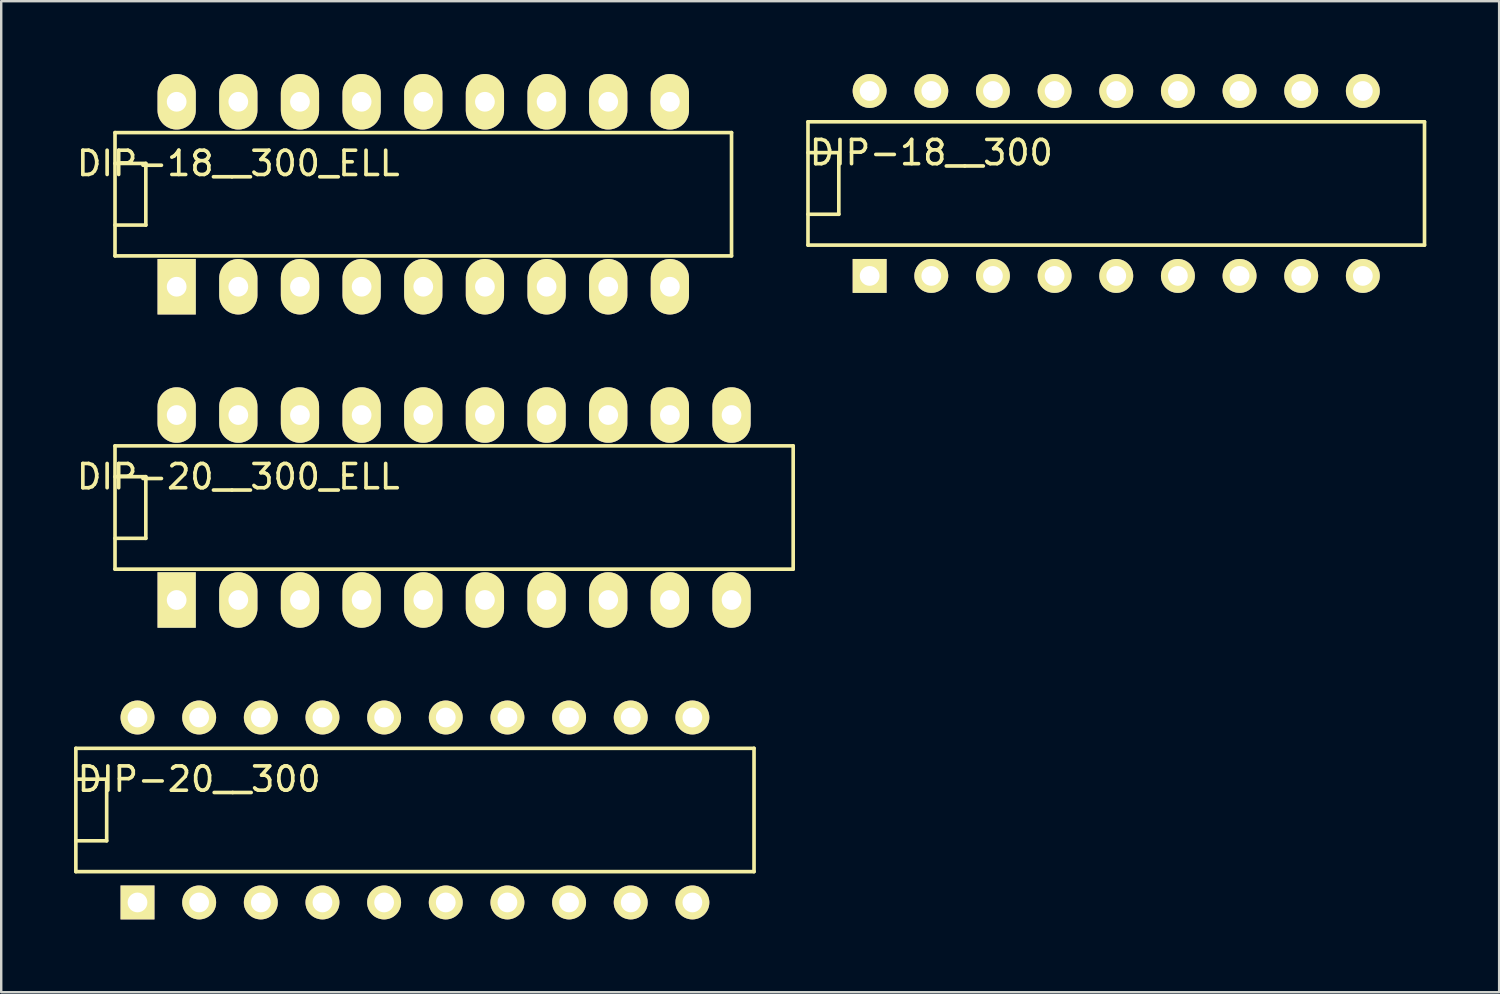
<source format=kicad_pcb>
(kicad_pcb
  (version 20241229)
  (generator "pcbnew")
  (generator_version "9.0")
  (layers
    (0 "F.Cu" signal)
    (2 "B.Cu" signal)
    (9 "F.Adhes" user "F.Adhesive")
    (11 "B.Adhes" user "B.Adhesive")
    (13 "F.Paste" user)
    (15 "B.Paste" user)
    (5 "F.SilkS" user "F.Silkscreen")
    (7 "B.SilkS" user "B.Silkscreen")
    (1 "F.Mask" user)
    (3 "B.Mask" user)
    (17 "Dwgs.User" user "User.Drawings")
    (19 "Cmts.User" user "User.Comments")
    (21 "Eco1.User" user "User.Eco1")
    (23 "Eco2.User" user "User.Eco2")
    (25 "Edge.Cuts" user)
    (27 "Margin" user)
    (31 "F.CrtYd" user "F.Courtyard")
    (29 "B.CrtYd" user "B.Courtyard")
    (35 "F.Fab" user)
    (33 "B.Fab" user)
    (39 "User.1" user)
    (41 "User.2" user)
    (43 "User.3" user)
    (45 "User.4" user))
  (footprint "DIP-20__300"
    (layer "F.Cu")
    (at 14.045 30.32)
    (property "Reference" "DIP-20__300" (at -8.89 -1.27 0) (layer "F.SilkS") (effects (font (size 1 1) (thickness 0.15))))
    (attr through_hole)
    (fp_line (start -13.97 -2.54) (end 13.97 -2.54) (stroke (width 0.15) (type solid)) (layer "F.SilkS"))
    (fp_line (start -13.97 -1.27) (end -12.7 -1.27) (stroke (width 0.15) (type solid)) (layer "F.SilkS"))
    (fp_line (start -13.97 2.54) (end -13.97 -2.54) (stroke (width 0.15) (type solid)) (layer "F.SilkS"))
    (fp_line (start -12.7 -1.27) (end -12.7 1.27) (stroke (width 0.15) (type solid)) (layer "F.SilkS"))
    (fp_line (start -12.7 1.27) (end -13.97 1.27) (stroke (width 0.15) (type solid)) (layer "F.SilkS"))
    (fp_line (start 13.97 -2.54) (end 13.97 2.54) (stroke (width 0.15) (type solid)) (layer "F.SilkS"))
    (fp_line (start 13.97 2.54) (end -13.97 2.54) (stroke (width 0.15) (type solid)) (layer "F.SilkS"))
    (pad "1" thru_hole rect (at -11.43 3.81) (size 1.397 1.397) (drill 0.813) (layers "*.Cu" "*.Mask" "F.SilkS"))
    (pad "2" thru_hole circle (at -8.89 3.81) (size 1.397 1.397) (drill 0.813) (layers "*.Cu" "*.Mask" "F.SilkS"))
    (pad "3" thru_hole circle (at -6.35 3.81) (size 1.397 1.397) (drill 0.813) (layers "*.Cu" "*.Mask" "F.SilkS"))
    (pad "4" thru_hole circle (at -3.81 3.81) (size 1.397 1.397) (drill 0.813) (layers "*.Cu" "*.Mask" "F.SilkS"))
    (pad "5" thru_hole circle (at -1.27 3.81) (size 1.397 1.397) (drill 0.813) (layers "*.Cu" "*.Mask" "F.SilkS"))
    (pad "6" thru_hole circle (at 1.27 3.81) (size 1.397 1.397) (drill 0.813) (layers "*.Cu" "*.Mask" "F.SilkS"))
    (pad "7" thru_hole circle (at 3.81 3.81) (size 1.397 1.397) (drill 0.813) (layers "*.Cu" "*.Mask" "F.SilkS"))
    (pad "8" thru_hole circle (at 6.35 3.81) (size 1.397 1.397) (drill 0.813) (layers "*.Cu" "*.Mask" "F.SilkS"))
    (pad "9" thru_hole circle (at 8.89 3.81) (size 1.397 1.397) (drill 0.813) (layers "*.Cu" "*.Mask" "F.SilkS"))
    (pad "10" thru_hole circle (at 11.43 3.81) (size 1.397 1.397) (drill 0.813) (layers "*.Cu" "*.Mask" "F.SilkS"))
    (pad "11" thru_hole circle (at 11.43 -3.81) (size 1.397 1.397) (drill 0.813) (layers "*.Cu" "*.Mask" "F.SilkS"))
    (pad "12" thru_hole circle (at 8.89 -3.81) (size 1.397 1.397) (drill 0.813) (layers "*.Cu" "*.Mask" "F.SilkS"))
    (pad "13" thru_hole circle (at 6.35 -3.81) (size 1.397 1.397) (drill 0.813) (layers "*.Cu" "*.Mask" "F.SilkS"))
    (pad "14" thru_hole circle (at 3.81 -3.81) (size 1.397 1.397) (drill 0.813) (layers "*.Cu" "*.Mask" "F.SilkS"))
    (pad "15" thru_hole circle (at 1.27 -3.81) (size 1.397 1.397) (drill 0.813) (layers "*.Cu" "*.Mask" "F.SilkS"))
    (pad "16" thru_hole circle (at -1.27 -3.81) (size 1.397 1.397) (drill 0.813) (layers "*.Cu" "*.Mask" "F.SilkS"))
    (pad "17" thru_hole circle (at -3.81 -3.81) (size 1.397 1.397) (drill 0.813) (layers "*.Cu" "*.Mask" "F.SilkS"))
    (pad "18" thru_hole circle (at -6.35 -3.81) (size 1.397 1.397) (drill 0.813) (layers "*.Cu" "*.Mask" "F.SilkS"))
    (pad "19" thru_hole circle (at -8.89 -3.81) (size 1.397 1.397) (drill 0.813) (layers "*.Cu" "*.Mask" "F.SilkS"))
    (pad "20" thru_hole circle (at -11.43 -3.81) (size 1.397 1.397) (drill 0.813) (layers "*.Cu" "*.Mask" "F.SilkS")))
  (footprint "DIP-18__300_ELL"
    (layer "F.Cu")
    (at 14.388 4.953)
    (property "Reference" "DIP-18__300_ELL" (at -7.62 -1.27 0) (layer "F.SilkS") (effects (font (size 1 1) (thickness 0.15))))
    (attr through_hole)
    (fp_line (start -12.7 -2.54) (end 12.7 -2.54) (stroke (width 0.15) (type solid)) (layer "F.SilkS"))
    (fp_line (start -12.7 -1.27) (end -11.43 -1.27) (stroke (width 0.15) (type solid)) (layer "F.SilkS"))
    (fp_line (start -12.7 2.54) (end -12.7 -2.54) (stroke (width 0.15) (type solid)) (layer "F.SilkS"))
    (fp_line (start -11.43 -1.27) (end -11.43 1.27) (stroke (width 0.15) (type solid)) (layer "F.SilkS"))
    (fp_line (start -11.43 1.27) (end -12.7 1.27) (stroke (width 0.15) (type solid)) (layer "F.SilkS"))
    (fp_line (start 12.7 -2.54) (end 12.7 2.54) (stroke (width 0.15) (type solid)) (layer "F.SilkS"))
    (fp_line (start 12.7 2.54) (end -12.7 2.54) (stroke (width 0.15) (type solid)) (layer "F.SilkS"))
    (pad "1" thru_hole rect (at -10.16 3.81) (size 1.575 2.286) (drill 0.813) (layers "*.Cu" "*.Mask" "F.SilkS"))
    (pad "2" thru_hole oval (at -7.62 3.81) (size 1.575 2.286) (drill 0.813) (layers "*.Cu" "*.Mask" "F.SilkS"))
    (pad "3" thru_hole oval (at -5.08 3.81) (size 1.575 2.286) (drill 0.813) (layers "*.Cu" "*.Mask" "F.SilkS"))
    (pad "4" thru_hole oval (at -2.54 3.81) (size 1.575 2.286) (drill 0.813) (layers "*.Cu" "*.Mask" "F.SilkS"))
    (pad "5" thru_hole oval (at 0 3.81) (size 1.575 2.286) (drill 0.813) (layers "*.Cu" "*.Mask" "F.SilkS"))
    (pad "6" thru_hole oval (at 2.54 3.81) (size 1.575 2.286) (drill 0.813) (layers "*.Cu" "*.Mask" "F.SilkS"))
    (pad "7" thru_hole oval (at 5.08 3.81) (size 1.575 2.286) (drill 0.813) (layers "*.Cu" "*.Mask" "F.SilkS"))
    (pad "8" thru_hole oval (at 7.62 3.81) (size 1.575 2.286) (drill 0.813) (layers "*.Cu" "*.Mask" "F.SilkS"))
    (pad "9" thru_hole oval (at 10.16 3.81) (size 1.575 2.286) (drill 0.813) (layers "*.Cu" "*.Mask" "F.SilkS"))
    (pad "10" thru_hole oval (at 10.16 -3.81) (size 1.575 2.286) (drill 0.813) (layers "*.Cu" "*.Mask" "F.SilkS"))
    (pad "11" thru_hole oval (at 7.62 -3.81) (size 1.575 2.286) (drill 0.813) (layers "*.Cu" "*.Mask" "F.SilkS"))
    (pad "12" thru_hole oval (at 5.08 -3.81) (size 1.575 2.286) (drill 0.813) (layers "*.Cu" "*.Mask" "F.SilkS"))
    (pad "13" thru_hole oval (at 2.54 -3.81) (size 1.575 2.286) (drill 0.813) (layers "*.Cu" "*.Mask" "F.SilkS"))
    (pad "14" thru_hole oval (at 0 -3.81) (size 1.575 2.286) (drill 0.813) (layers "*.Cu" "*.Mask" "F.SilkS"))
    (pad "15" thru_hole oval (at -2.54 -3.81) (size 1.575 2.286) (drill 0.813) (layers "*.Cu" "*.Mask" "F.SilkS"))
    (pad "16" thru_hole oval (at -5.08 -3.81) (size 1.575 2.286) (drill 0.813) (layers "*.Cu" "*.Mask" "F.SilkS"))
    (pad "17" thru_hole oval (at -7.62 -3.81) (size 1.575 2.286) (drill 0.813) (layers "*.Cu" "*.Mask" "F.SilkS"))
    (pad "18" thru_hole oval (at -10.16 -3.81) (size 1.575 2.286) (drill 0.813) (layers "*.Cu" "*.Mask" "F.SilkS")))
  (footprint "DIP-18__300"
    (layer "F.Cu")
    (at 42.938 4.508)
    (property "Reference" "DIP-18__300" (at -7.62 -1.27 0) (layer "F.SilkS") (effects (font (size 1 1) (thickness 0.15))))
    (attr through_hole)
    (fp_line (start -12.7 -2.54) (end 12.7 -2.54) (stroke (width 0.15) (type solid)) (layer "F.SilkS"))
    (fp_line (start -12.7 -1.27) (end -11.43 -1.27) (stroke (width 0.15) (type solid)) (layer "F.SilkS"))
    (fp_line (start -12.7 2.54) (end -12.7 -2.54) (stroke (width 0.15) (type solid)) (layer "F.SilkS"))
    (fp_line (start -11.43 -1.27) (end -11.43 1.27) (stroke (width 0.15) (type solid)) (layer "F.SilkS"))
    (fp_line (start -11.43 1.27) (end -12.7 1.27) (stroke (width 0.15) (type solid)) (layer "F.SilkS"))
    (fp_line (start 12.7 -2.54) (end 12.7 2.54) (stroke (width 0.15) (type solid)) (layer "F.SilkS"))
    (fp_line (start 12.7 2.54) (end -12.7 2.54) (stroke (width 0.15) (type solid)) (layer "F.SilkS"))
    (pad "1" thru_hole rect (at -10.16 3.81) (size 1.397 1.397) (drill 0.813) (layers "*.Cu" "*.Mask" "F.SilkS"))
    (pad "2" thru_hole circle (at -7.62 3.81) (size 1.397 1.397) (drill 0.813) (layers "*.Cu" "*.Mask" "F.SilkS"))
    (pad "3" thru_hole circle (at -5.08 3.81) (size 1.397 1.397) (drill 0.813) (layers "*.Cu" "*.Mask" "F.SilkS"))
    (pad "4" thru_hole circle (at -2.54 3.81) (size 1.397 1.397) (drill 0.813) (layers "*.Cu" "*.Mask" "F.SilkS"))
    (pad "5" thru_hole circle (at 0 3.81) (size 1.397 1.397) (drill 0.813) (layers "*.Cu" "*.Mask" "F.SilkS"))
    (pad "6" thru_hole circle (at 2.54 3.81) (size 1.397 1.397) (drill 0.813) (layers "*.Cu" "*.Mask" "F.SilkS"))
    (pad "7" thru_hole circle (at 5.08 3.81) (size 1.397 1.397) (drill 0.813) (layers "*.Cu" "*.Mask" "F.SilkS"))
    (pad "8" thru_hole circle (at 7.62 3.81) (size 1.397 1.397) (drill 0.813) (layers "*.Cu" "*.Mask" "F.SilkS"))
    (pad "9" thru_hole circle (at 10.16 3.81) (size 1.397 1.397) (drill 0.813) (layers "*.Cu" "*.Mask" "F.SilkS"))
    (pad "10" thru_hole circle (at 10.16 -3.81) (size 1.397 1.397) (drill 0.813) (layers "*.Cu" "*.Mask" "F.SilkS"))
    (pad "11" thru_hole circle (at 7.62 -3.81) (size 1.397 1.397) (drill 0.813) (layers "*.Cu" "*.Mask" "F.SilkS"))
    (pad "12" thru_hole circle (at 5.08 -3.81) (size 1.397 1.397) (drill 0.813) (layers "*.Cu" "*.Mask" "F.SilkS"))
    (pad "13" thru_hole circle (at 2.54 -3.81) (size 1.397 1.397) (drill 0.813) (layers "*.Cu" "*.Mask" "F.SilkS"))
    (pad "14" thru_hole circle (at 0 -3.81) (size 1.397 1.397) (drill 0.813) (layers "*.Cu" "*.Mask" "F.SilkS"))
    (pad "15" thru_hole circle (at -2.54 -3.81) (size 1.397 1.397) (drill 0.813) (layers "*.Cu" "*.Mask" "F.SilkS"))
    (pad "16" thru_hole circle (at -5.08 -3.81) (size 1.397 1.397) (drill 0.813) (layers "*.Cu" "*.Mask" "F.SilkS"))
    (pad "17" thru_hole circle (at -7.62 -3.81) (size 1.397 1.397) (drill 0.813) (layers "*.Cu" "*.Mask" "F.SilkS"))
    (pad "18" thru_hole circle (at -10.16 -3.81) (size 1.397 1.397) (drill 0.813) (layers "*.Cu" "*.Mask" "F.SilkS")))
  (footprint "DIP-20__300_ELL"
    (layer "F.Cu")
    (at 15.658 17.859)
    (property "Reference" "DIP-20__300_ELL" (at -8.89 -1.27 0) (layer "F.SilkS") (effects (font (size 1 1) (thickness 0.15))))
    (attr through_hole)
    (fp_line (start -13.97 -2.54) (end 13.97 -2.54) (stroke (width 0.15) (type solid)) (layer "F.SilkS"))
    (fp_line (start -13.97 -1.27) (end -12.7 -1.27) (stroke (width 0.15) (type solid)) (layer "F.SilkS"))
    (fp_line (start -13.97 2.54) (end -13.97 -2.54) (stroke (width 0.15) (type solid)) (layer "F.SilkS"))
    (fp_line (start -12.7 -1.27) (end -12.7 1.27) (stroke (width 0.15) (type solid)) (layer "F.SilkS"))
    (fp_line (start -12.7 1.27) (end -13.97 1.27) (stroke (width 0.15) (type solid)) (layer "F.SilkS"))
    (fp_line (start 13.97 -2.54) (end 13.97 2.54) (stroke (width 0.15) (type solid)) (layer "F.SilkS"))
    (fp_line (start 13.97 2.54) (end -13.97 2.54) (stroke (width 0.15) (type solid)) (layer "F.SilkS"))
    (pad "1" thru_hole rect (at -11.43 3.81) (size 1.575 2.286) (drill 0.813) (layers "*.Cu" "*.Mask" "F.SilkS"))
    (pad "2" thru_hole oval (at -8.89 3.81) (size 1.575 2.286) (drill 0.813) (layers "*.Cu" "*.Mask" "F.SilkS"))
    (pad "3" thru_hole oval (at -6.35 3.81) (size 1.575 2.286) (drill 0.813) (layers "*.Cu" "*.Mask" "F.SilkS"))
    (pad "4" thru_hole oval (at -3.81 3.81) (size 1.575 2.286) (drill 0.813) (layers "*.Cu" "*.Mask" "F.SilkS"))
    (pad "5" thru_hole oval (at -1.27 3.81) (size 1.575 2.286) (drill 0.813) (layers "*.Cu" "*.Mask" "F.SilkS"))
    (pad "6" thru_hole oval (at 1.27 3.81) (size 1.575 2.286) (drill 0.813) (layers "*.Cu" "*.Mask" "F.SilkS"))
    (pad "7" thru_hole oval (at 3.81 3.81) (size 1.575 2.286) (drill 0.813) (layers "*.Cu" "*.Mask" "F.SilkS"))
    (pad "8" thru_hole oval (at 6.35 3.81) (size 1.575 2.286) (drill 0.813) (layers "*.Cu" "*.Mask" "F.SilkS"))
    (pad "9" thru_hole oval (at 8.89 3.81) (size 1.575 2.286) (drill 0.813) (layers "*.Cu" "*.Mask" "F.SilkS"))
    (pad "10" thru_hole oval (at 11.43 3.81) (size 1.575 2.286) (drill 0.813) (layers "*.Cu" "*.Mask" "F.SilkS"))
    (pad "11" thru_hole oval (at 11.43 -3.81) (size 1.575 2.286) (drill 0.813) (layers "*.Cu" "*.Mask" "F.SilkS"))
    (pad "12" thru_hole oval (at 8.89 -3.81) (size 1.575 2.286) (drill 0.813) (layers "*.Cu" "*.Mask" "F.SilkS"))
    (pad "13" thru_hole oval (at 6.35 -3.81) (size 1.575 2.286) (drill 0.813) (layers "*.Cu" "*.Mask" "F.SilkS"))
    (pad "14" thru_hole oval (at 3.81 -3.81) (size 1.575 2.286) (drill 0.813) (layers "*.Cu" "*.Mask" "F.SilkS"))
    (pad "15" thru_hole oval (at 1.27 -3.81) (size 1.575 2.286) (drill 0.813) (layers "*.Cu" "*.Mask" "F.SilkS"))
    (pad "16" thru_hole oval (at -1.27 -3.81) (size 1.575 2.286) (drill 0.813) (layers "*.Cu" "*.Mask" "F.SilkS"))
    (pad "17" thru_hole oval (at -3.81 -3.81) (size 1.575 2.286) (drill 0.813) (layers "*.Cu" "*.Mask" "F.SilkS"))
    (pad "18" thru_hole oval (at -6.35 -3.81) (size 1.575 2.286) (drill 0.813) (layers "*.Cu" "*.Mask" "F.SilkS"))
    (pad "19" thru_hole oval (at -8.89 -3.81) (size 1.575 2.286) (drill 0.813) (layers "*.Cu" "*.Mask" "F.SilkS"))
    (pad "20" thru_hole oval (at -11.43 -3.81) (size 1.575 2.286) (drill 0.813) (layers "*.Cu" "*.Mask" "F.SilkS")))
  (gr_rect
    (start -3 -3)
    (end 58.713 37.829)
    (stroke (width 0.1) (type default))
    (fill no)
    (layer "Edge.Cuts")))
</source>
